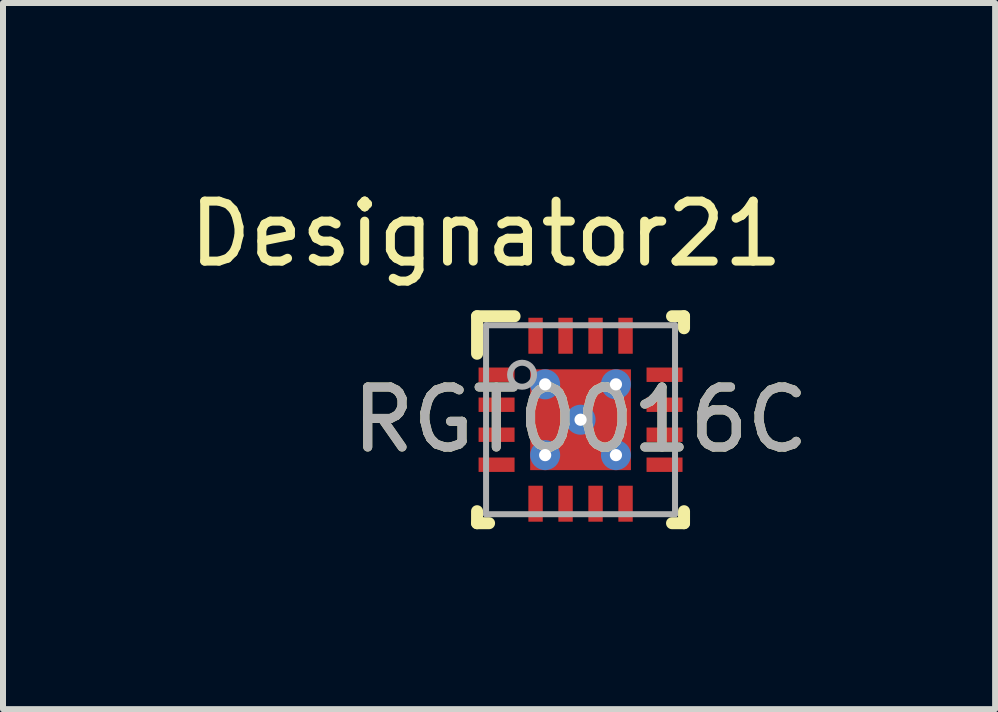
<source format=kicad_pcb>
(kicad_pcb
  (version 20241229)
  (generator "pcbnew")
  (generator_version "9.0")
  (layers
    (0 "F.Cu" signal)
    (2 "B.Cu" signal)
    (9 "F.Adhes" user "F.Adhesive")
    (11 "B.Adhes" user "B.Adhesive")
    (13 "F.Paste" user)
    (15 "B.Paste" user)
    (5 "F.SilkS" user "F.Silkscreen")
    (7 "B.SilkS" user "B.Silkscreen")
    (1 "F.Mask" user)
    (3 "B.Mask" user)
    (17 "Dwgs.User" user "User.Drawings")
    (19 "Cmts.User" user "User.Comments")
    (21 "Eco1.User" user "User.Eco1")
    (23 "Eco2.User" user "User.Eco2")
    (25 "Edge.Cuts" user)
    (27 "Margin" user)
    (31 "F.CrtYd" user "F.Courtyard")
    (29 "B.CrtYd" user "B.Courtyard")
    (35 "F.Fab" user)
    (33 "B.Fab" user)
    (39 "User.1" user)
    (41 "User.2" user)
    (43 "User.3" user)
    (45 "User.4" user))
  (footprint "RGT0016C"
    (layer "F.Cu")
    (at 6.628 3.947)
    (property "Reference" "RGT0016C" (at 0 0 0) (unlocked yes) (layer "F.SilkS") (effects (font (size 1 1) (thickness 0.15))))
    (attr smd)
    (fp_line (start -1.725 -1.725) (end -1.1 -1.725) (stroke (width 0.2) (type solid)) (layer "F.SilkS"))
    (fp_line (start -1.725 -1.1) (end -1.725 -1.725) (stroke (width 0.2) (type solid)) (layer "F.SilkS"))
    (fp_line (start -1.725 1.725) (end -1.725 1.525) (stroke (width 0.2) (type solid)) (layer "F.SilkS"))
    (fp_line (start -1.725 1.725) (end -1.525 1.725) (stroke (width 0.2) (type solid)) (layer "F.SilkS"))
    (fp_line (start 1.525 -1.725) (end 1.725 -1.725) (stroke (width 0.2) (type solid)) (layer "F.SilkS"))
    (fp_line (start 1.525 1.725) (end 1.725 1.725) (stroke (width 0.2) (type solid)) (layer "F.SilkS"))
    (fp_line (start 1.725 -1.525) (end 1.725 -1.725) (stroke (width 0.2) (type solid)) (layer "F.SilkS"))
    (fp_line (start 1.725 1.725) (end 1.725 1.525) (stroke (width 0.2) (type solid)) (layer "F.SilkS"))
    (fp_poly (pts (xy -0.775 0.728) (xy -0.775 -0.729) (xy -0.774 -0.738) (xy -0.771 -0.746) (xy -0.767 -0.754) (xy -0.761 -0.761) (xy -0.754 -0.767) (xy -0.746 -0.771) (xy -0.738 -0.774) (xy -0.728 -0.775) (xy 0.729 -0.775) (xy 0.738 -0.774) (xy 0.746 -0.771) (xy 0.754 -0.767) (xy 0.761 -0.761) (xy 0.767 -0.754) (xy 0.771 -0.746) (xy 0.774 -0.738) (xy 0.775 -0.729) (xy 0.775 0.728) (xy 0.774 0.738) (xy 0.771 0.746) (xy 0.767 0.754) (xy 0.761 0.761) (xy 0.754 0.767) (xy 0.746 0.771) (xy 0.738 0.774) (xy 0.729 0.775) (xy -0.728 0.775) (xy -0.738 0.774) (xy -0.746 0.771) (xy -0.754 0.767) (xy -0.761 0.761) (xy -0.767 0.754) (xy -0.771 0.746) (xy -0.774 0.738)) (stroke (width 0) (type solid)) (fill yes) (layer "F.Paste"))
    (fp_line (start -1.575 -1.575) (end 1.575 -1.575) (stroke (width 0.1) (type solid)) (layer "F.Fab"))
    (fp_line (start -1.575 1.575) (end -1.575 -1.575) (stroke (width 0.1) (type solid)) (layer "F.Fab"))
    (fp_line (start -1.575 1.575) (end 1.575 1.575) (stroke (width 0.1) (type solid)) (layer "F.Fab"))
    (fp_line (start 1.575 1.575) (end 1.575 -1.575) (stroke (width 0.1) (type solid)) (layer "F.Fab"))
    (fp_circle (center -0.975 -0.75) (end -0.775 -0.75) (stroke (width 0.1) (type solid)) (fill no) (layer "F.Fab"))
    (fp_text user "Designator21" (at -1.575 -3.099 0) (unlocked yes) (layer "F.SilkS") (effects (font (size 1 1) (thickness 0.15))))
    (fp_text user "${REFERENCE}" (at 0 0 0) (unlocked yes) (layer "F.Fab") (effects (font (size 1 1) (thickness 0.15))))
    (pad "1" smd rect (at -1.4 -0.75 90) (size 0.24 0.6) (layers "F.Cu" "F.Mask" "F.Paste"))
    (pad "2" smd rect (at -1.4 -0.25 90) (size 0.24 0.6) (layers "F.Cu" "F.Mask" "F.Paste"))
    (pad "3" smd rect (at -1.4 0.25 90) (size 0.24 0.6) (layers "F.Cu" "F.Mask" "F.Paste"))
    (pad "4" smd rect (at -1.4 0.75 90) (size 0.24 0.6) (layers "F.Cu" "F.Mask" "F.Paste"))
    (pad "5" smd rect (at -0.75 1.4) (size 0.24 0.6) (layers "F.Cu" "F.Mask" "F.Paste"))
    (pad "6" smd rect (at -0.25 1.4) (size 0.24 0.6) (layers "F.Cu" "F.Mask" "F.Paste"))
    (pad "7" smd rect (at 0.25 1.4) (size 0.24 0.6) (layers "F.Cu" "F.Mask" "F.Paste"))
    (pad "8" smd rect (at 0.75 1.4) (size 0.24 0.6) (layers "F.Cu" "F.Mask" "F.Paste"))
    (pad "9" smd rect (at 1.4 0.75 90) (size 0.24 0.6) (layers "F.Cu" "F.Mask" "F.Paste"))
    (pad "10" smd rect (at 1.4 0.25 90) (size 0.24 0.6) (layers "F.Cu" "F.Mask" "F.Paste"))
    (pad "11" smd rect (at 1.4 -0.25 90) (size 0.24 0.6) (layers "F.Cu" "F.Mask" "F.Paste"))
    (pad "12" smd rect (at 1.4 -0.75 90) (size 0.24 0.6) (layers "F.Cu" "F.Mask" "F.Paste"))
    (pad "13" smd rect (at 0.75 -1.4) (size 0.24 0.6) (layers "F.Cu" "F.Mask" "F.Paste"))
    (pad "14" smd rect (at 0.25 -1.4) (size 0.24 0.6) (layers "F.Cu" "F.Mask" "F.Paste"))
    (pad "15" smd rect (at -0.25 -1.4) (size 0.24 0.6) (layers "F.Cu" "F.Mask" "F.Paste"))
    (pad "16" smd rect (at -0.75 -1.4) (size 0.24 0.6) (layers "F.Cu" "F.Mask" "F.Paste"))
    (pad "17" smd rect (at 0.000005 -0.000003) (size 1.68 1.68) (layers "F.Cu" "F.Mask"))
    (pad "18" thru_hole circle (at 0.59 -0.59) (size 0.5 0.5) (drill 0.203) (layers "*.Cu" "*.Mask"))
    (pad "19" thru_hole circle (at 0.59 0.59) (size 0.5 0.5) (drill 0.203) (layers "*.Cu" "*.Mask"))
    (pad "20" thru_hole circle (at -0.59 0.59) (size 0.5 0.5) (drill 0.203) (layers "*.Cu" "*.Mask"))
    (pad "21" thru_hole circle (at -0.59 -0.59) (size 0.5 0.5) (drill 0.203) (layers "*.Cu" "*.Mask"))
    (pad "22" thru_hole circle (at 0.000003 -0.000003) (size 0.5 0.5) (drill 0.203) (layers "*.Cu" "*.Mask")))
  (gr_rect
    (start -3 -3)
    (end 13.539 8.772)
    (stroke (width 0.1) (type default))
    (fill no)
    (layer "Edge.Cuts")))
</source>
